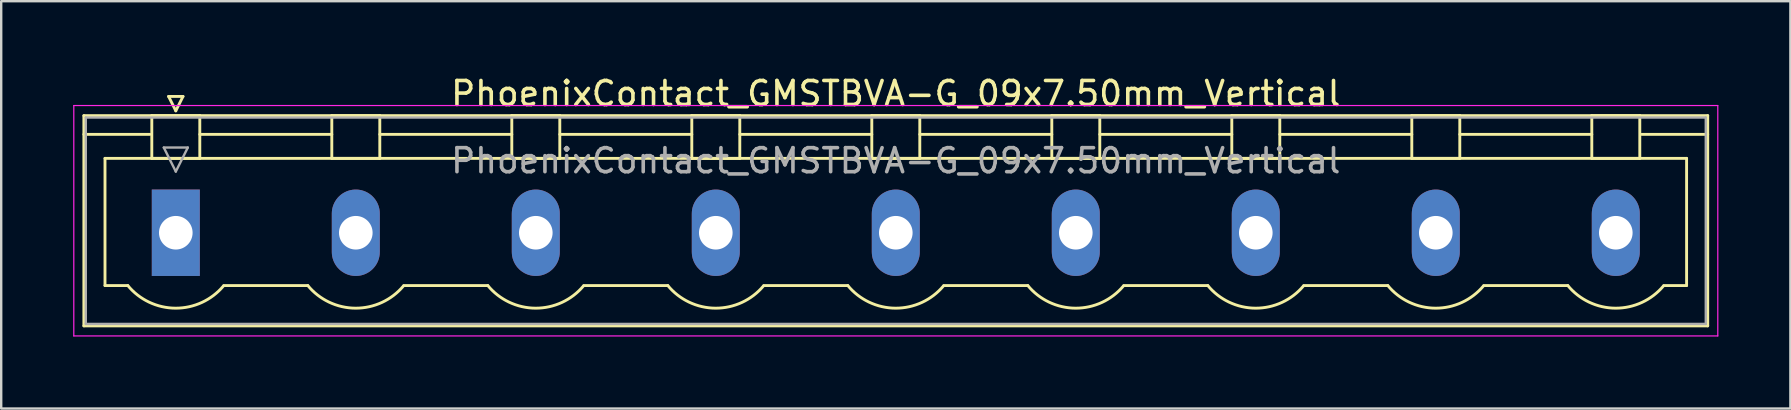
<source format=kicad_pcb>
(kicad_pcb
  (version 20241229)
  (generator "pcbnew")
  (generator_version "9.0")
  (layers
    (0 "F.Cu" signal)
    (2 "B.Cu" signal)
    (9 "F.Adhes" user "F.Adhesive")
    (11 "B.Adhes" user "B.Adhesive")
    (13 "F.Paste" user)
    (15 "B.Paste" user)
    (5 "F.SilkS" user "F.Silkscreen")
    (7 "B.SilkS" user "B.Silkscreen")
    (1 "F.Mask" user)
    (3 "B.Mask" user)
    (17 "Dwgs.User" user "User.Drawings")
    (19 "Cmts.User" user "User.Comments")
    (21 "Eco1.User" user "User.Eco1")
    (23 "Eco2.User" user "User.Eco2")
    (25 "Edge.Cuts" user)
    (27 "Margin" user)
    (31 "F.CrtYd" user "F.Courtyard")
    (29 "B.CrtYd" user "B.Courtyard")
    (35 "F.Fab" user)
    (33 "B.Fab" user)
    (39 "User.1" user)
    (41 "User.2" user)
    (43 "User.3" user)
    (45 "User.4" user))
  (footprint "PhoenixContact_GMSTBVA-G_09x7.50mm_Vertical"
    (layer "F.Cu")
    (at 4.275 6.648)
    (property "Reference" "PhoenixContact_GMSTBVA-G_09x7.50mm_Vertical" (at 30 -5.8 0) (layer "F.SilkS") (effects (font (size 1 1) (thickness 0.15))))
    (attr through_hole)
    (fp_line (start -3.83 -4.88) (end -3.83 3.88) (stroke (width 0.12) (type solid)) (layer "F.SilkS"))
    (fp_line (start -3.83 -4.1) (end -1.08 -4.1) (stroke (width 0.12) (type solid)) (layer "F.SilkS"))
    (fp_line (start -3.83 3.88) (end 63.83 3.88) (stroke (width 0.12) (type solid)) (layer "F.SilkS"))
    (fp_line (start -2.95 -3.1) (end 62.95 -3.1) (stroke (width 0.12) (type solid)) (layer "F.SilkS"))
    (fp_line (start -2.95 2.2) (end -2.95 -3.1) (stroke (width 0.12) (type solid)) (layer "F.SilkS"))
    (fp_line (start -2 2.2) (end -2.95 2.2) (stroke (width 0.12) (type solid)) (layer "F.SilkS"))
    (fp_line (start -1 -4.88) (end 1 -4.88) (stroke (width 0.12) (type solid)) (layer "F.SilkS"))
    (fp_line (start -1 -3.1) (end -1 -4.88) (stroke (width 0.12) (type solid)) (layer "F.SilkS"))
    (fp_line (start -0.3 -5.68) (end 0.3 -5.68) (stroke (width 0.12) (type solid)) (layer "F.SilkS"))
    (fp_line (start 0 -5.08) (end -0.3 -5.68) (stroke (width 0.12) (type solid)) (layer "F.SilkS"))
    (fp_line (start 0.3 -5.68) (end 0 -5.08) (stroke (width 0.12) (type solid)) (layer "F.SilkS"))
    (fp_line (start 1 -4.88) (end 1 -3.1) (stroke (width 0.12) (type solid)) (layer "F.SilkS"))
    (fp_line (start 1 -4.1) (end 6.5 -4.1) (stroke (width 0.12) (type solid)) (layer "F.SilkS"))
    (fp_line (start 1 -3.1) (end -1 -3.1) (stroke (width 0.12) (type solid)) (layer "F.SilkS"))
    (fp_line (start 2 2.2) (end 5.5 2.2) (stroke (width 0.12) (type solid)) (layer "F.SilkS"))
    (fp_line (start 6.5 -4.88) (end 8.5 -4.88) (stroke (width 0.12) (type solid)) (layer "F.SilkS"))
    (fp_line (start 6.5 -3.1) (end 6.5 -4.88) (stroke (width 0.12) (type solid)) (layer "F.SilkS"))
    (fp_line (start 8.5 -4.88) (end 8.5 -3.1) (stroke (width 0.12) (type solid)) (layer "F.SilkS"))
    (fp_line (start 8.5 -4.1) (end 14 -4.1) (stroke (width 0.12) (type solid)) (layer "F.SilkS"))
    (fp_line (start 8.5 -3.1) (end 6.5 -3.1) (stroke (width 0.12) (type solid)) (layer "F.SilkS"))
    (fp_line (start 9.5 2.2) (end 13 2.2) (stroke (width 0.12) (type solid)) (layer "F.SilkS"))
    (fp_line (start 14 -4.88) (end 16 -4.88) (stroke (width 0.12) (type solid)) (layer "F.SilkS"))
    (fp_line (start 14 -3.1) (end 14 -4.88) (stroke (width 0.12) (type solid)) (layer "F.SilkS"))
    (fp_line (start 16 -4.88) (end 16 -3.1) (stroke (width 0.12) (type solid)) (layer "F.SilkS"))
    (fp_line (start 16 -4.1) (end 21.5 -4.1) (stroke (width 0.12) (type solid)) (layer "F.SilkS"))
    (fp_line (start 16 -3.1) (end 14 -3.1) (stroke (width 0.12) (type solid)) (layer "F.SilkS"))
    (fp_line (start 17 2.2) (end 20.5 2.2) (stroke (width 0.12) (type solid)) (layer "F.SilkS"))
    (fp_line (start 21.5 -4.88) (end 23.5 -4.88) (stroke (width 0.12) (type solid)) (layer "F.SilkS"))
    (fp_line (start 21.5 -3.1) (end 21.5 -4.88) (stroke (width 0.12) (type solid)) (layer "F.SilkS"))
    (fp_line (start 23.5 -4.88) (end 23.5 -3.1) (stroke (width 0.12) (type solid)) (layer "F.SilkS"))
    (fp_line (start 23.5 -4.1) (end 29 -4.1) (stroke (width 0.12) (type solid)) (layer "F.SilkS"))
    (fp_line (start 23.5 -3.1) (end 21.5 -3.1) (stroke (width 0.12) (type solid)) (layer "F.SilkS"))
    (fp_line (start 24.5 2.2) (end 28 2.2) (stroke (width 0.12) (type solid)) (layer "F.SilkS"))
    (fp_line (start 29 -4.88) (end 31 -4.88) (stroke (width 0.12) (type solid)) (layer "F.SilkS"))
    (fp_line (start 29 -3.1) (end 29 -4.88) (stroke (width 0.12) (type solid)) (layer "F.SilkS"))
    (fp_line (start 31 -4.88) (end 31 -3.1) (stroke (width 0.12) (type solid)) (layer "F.SilkS"))
    (fp_line (start 31 -4.1) (end 36.5 -4.1) (stroke (width 0.12) (type solid)) (layer "F.SilkS"))
    (fp_line (start 31 -3.1) (end 29 -3.1) (stroke (width 0.12) (type solid)) (layer "F.SilkS"))
    (fp_line (start 32 2.2) (end 35.5 2.2) (stroke (width 0.12) (type solid)) (layer "F.SilkS"))
    (fp_line (start 36.5 -4.88) (end 38.5 -4.88) (stroke (width 0.12) (type solid)) (layer "F.SilkS"))
    (fp_line (start 36.5 -3.1) (end 36.5 -4.88) (stroke (width 0.12) (type solid)) (layer "F.SilkS"))
    (fp_line (start 38.5 -4.88) (end 38.5 -3.1) (stroke (width 0.12) (type solid)) (layer "F.SilkS"))
    (fp_line (start 38.5 -4.1) (end 44 -4.1) (stroke (width 0.12) (type solid)) (layer "F.SilkS"))
    (fp_line (start 38.5 -3.1) (end 36.5 -3.1) (stroke (width 0.12) (type solid)) (layer "F.SilkS"))
    (fp_line (start 39.5 2.2) (end 43 2.2) (stroke (width 0.12) (type solid)) (layer "F.SilkS"))
    (fp_line (start 44 -4.88) (end 46 -4.88) (stroke (width 0.12) (type solid)) (layer "F.SilkS"))
    (fp_line (start 44 -3.1) (end 44 -4.88) (stroke (width 0.12) (type solid)) (layer "F.SilkS"))
    (fp_line (start 46 -4.88) (end 46 -3.1) (stroke (width 0.12) (type solid)) (layer "F.SilkS"))
    (fp_line (start 46 -4.1) (end 51.5 -4.1) (stroke (width 0.12) (type solid)) (layer "F.SilkS"))
    (fp_line (start 46 -3.1) (end 44 -3.1) (stroke (width 0.12) (type solid)) (layer "F.SilkS"))
    (fp_line (start 47 2.2) (end 50.5 2.2) (stroke (width 0.12) (type solid)) (layer "F.SilkS"))
    (fp_line (start 51.5 -4.88) (end 53.5 -4.88) (stroke (width 0.12) (type solid)) (layer "F.SilkS"))
    (fp_line (start 51.5 -3.1) (end 51.5 -4.88) (stroke (width 0.12) (type solid)) (layer "F.SilkS"))
    (fp_line (start 53.5 -4.88) (end 53.5 -3.1) (stroke (width 0.12) (type solid)) (layer "F.SilkS"))
    (fp_line (start 53.5 -4.1) (end 59 -4.1) (stroke (width 0.12) (type solid)) (layer "F.SilkS"))
    (fp_line (start 53.5 -3.1) (end 51.5 -3.1) (stroke (width 0.12) (type solid)) (layer "F.SilkS"))
    (fp_line (start 54.5 2.2) (end 58 2.2) (stroke (width 0.12) (type solid)) (layer "F.SilkS"))
    (fp_line (start 59 -4.88) (end 61 -4.88) (stroke (width 0.12) (type solid)) (layer "F.SilkS"))
    (fp_line (start 59 -3.1) (end 59 -4.88) (stroke (width 0.12) (type solid)) (layer "F.SilkS"))
    (fp_line (start 61 -4.88) (end 61 -3.1) (stroke (width 0.12) (type solid)) (layer "F.SilkS"))
    (fp_line (start 61 -3.1) (end 59 -3.1) (stroke (width 0.12) (type solid)) (layer "F.SilkS"))
    (fp_line (start 62.95 -3.1) (end 62.95 2.2) (stroke (width 0.12) (type solid)) (layer "F.SilkS"))
    (fp_line (start 62.95 2.2) (end 62 2.2) (stroke (width 0.12) (type solid)) (layer "F.SilkS"))
    (fp_line (start 63.83 -4.88) (end -3.83 -4.88) (stroke (width 0.12) (type solid)) (layer "F.SilkS"))
    (fp_line (start 63.83 -4.1) (end 61.08 -4.1) (stroke (width 0.12) (type solid)) (layer "F.SilkS"))
    (fp_line (start 63.83 3.88) (end 63.83 -4.88) (stroke (width 0.12) (type solid)) (layer "F.SilkS"))
    (fp_arc (start 1.986842 2.215821) (mid -0.010289 3.142758) (end -2 2.2) (stroke (width 0.12) (type solid)) (layer "F.SilkS"))
    (fp_arc (start 9.486842 2.215821) (mid 7.489711 3.142758) (end 5.5 2.2) (stroke (width 0.12) (type solid)) (layer "F.SilkS"))
    (fp_arc (start 16.986842 2.215821) (mid 14.989711 3.142758) (end 13 2.2) (stroke (width 0.12) (type solid)) (layer "F.SilkS"))
    (fp_arc (start 24.486842 2.215821) (mid 22.489711 3.142758) (end 20.5 2.2) (stroke (width 0.12) (type solid)) (layer "F.SilkS"))
    (fp_arc (start 31.986842 2.215821) (mid 29.989711 3.142758) (end 28 2.2) (stroke (width 0.12) (type solid)) (layer "F.SilkS"))
    (fp_arc (start 39.486842 2.215821) (mid 37.489711 3.142758) (end 35.5 2.2) (stroke (width 0.12) (type solid)) (layer "F.SilkS"))
    (fp_arc (start 46.986842 2.215821) (mid 44.989711 3.142758) (end 43 2.2) (stroke (width 0.12) (type solid)) (layer "F.SilkS"))
    (fp_arc (start 54.486842 2.215821) (mid 52.489711 3.142758) (end 50.5 2.2) (stroke (width 0.12) (type solid)) (layer "F.SilkS"))
    (fp_arc (start 61.986842 2.215821) (mid 59.989711 3.142758) (end 58 2.2) (stroke (width 0.12) (type solid)) (layer "F.SilkS"))
    (fp_line (start -4.25 -5.3) (end -4.25 4.3) (stroke (width 0.05) (type solid)) (layer "F.CrtYd"))
    (fp_line (start -4.25 4.3) (end 64.25 4.3) (stroke (width 0.05) (type solid)) (layer "F.CrtYd"))
    (fp_line (start 64.25 -5.3) (end -4.25 -5.3) (stroke (width 0.05) (type solid)) (layer "F.CrtYd"))
    (fp_line (start 64.25 4.3) (end 64.25 -5.3) (stroke (width 0.05) (type solid)) (layer "F.CrtYd"))
    (fp_line (start -3.75 -4.8) (end -3.75 3.8) (stroke (width 0.1) (type solid)) (layer "F.Fab"))
    (fp_line (start -3.75 3.8) (end 63.75 3.8) (stroke (width 0.1) (type solid)) (layer "F.Fab"))
    (fp_line (start -0.5 -3.55) (end 0.5 -3.55) (stroke (width 0.1) (type solid)) (layer "F.Fab"))
    (fp_line (start 0 -2.55) (end -0.5 -3.55) (stroke (width 0.1) (type solid)) (layer "F.Fab"))
    (fp_line (start 0.5 -3.55) (end 0 -2.55) (stroke (width 0.1) (type solid)) (layer "F.Fab"))
    (fp_line (start 63.75 -4.8) (end -3.75 -4.8) (stroke (width 0.1) (type solid)) (layer "F.Fab"))
    (fp_line (start 63.75 3.8) (end 63.75 -4.8) (stroke (width 0.1) (type solid)) (layer "F.Fab"))
    (fp_text user "${REFERENCE}" (at 30 -3 0) (layer "F.Fab") (effects (font (size 1 1) (thickness 0.15))))
    (pad "1" thru_hole rect (at 0 0) (size 2 3.6) (drill 1.4) (layers "*.Cu" "*.Mask"))
    (pad "2" thru_hole oval (at 7.5 0) (size 2 3.6) (drill 1.4) (layers "*.Cu" "*.Mask"))
    (pad "3" thru_hole oval (at 15 0) (size 2 3.6) (drill 1.4) (layers "*.Cu" "*.Mask"))
    (pad "4" thru_hole oval (at 22.5 0) (size 2 3.6) (drill 1.4) (layers "*.Cu" "*.Mask"))
    (pad "5" thru_hole oval (at 30 0) (size 2 3.6) (drill 1.4) (layers "*.Cu" "*.Mask"))
    (pad "6" thru_hole oval (at 37.5 0) (size 2 3.6) (drill 1.4) (layers "*.Cu" "*.Mask"))
    (pad "7" thru_hole oval (at 45 0) (size 2 3.6) (drill 1.4) (layers "*.Cu" "*.Mask"))
    (pad "8" thru_hole oval (at 52.5 0) (size 2 3.6) (drill 1.4) (layers "*.Cu" "*.Mask"))
    (pad "9" thru_hole oval (at 60 0) (size 2 3.6) (drill 1.4) (layers "*.Cu" "*.Mask")))
  (gr_rect
    (start -3 -3)
    (end 71.55 13.973)
    (stroke (width 0.1) (type default))
    (fill no)
    (layer "Edge.Cuts")))
</source>
